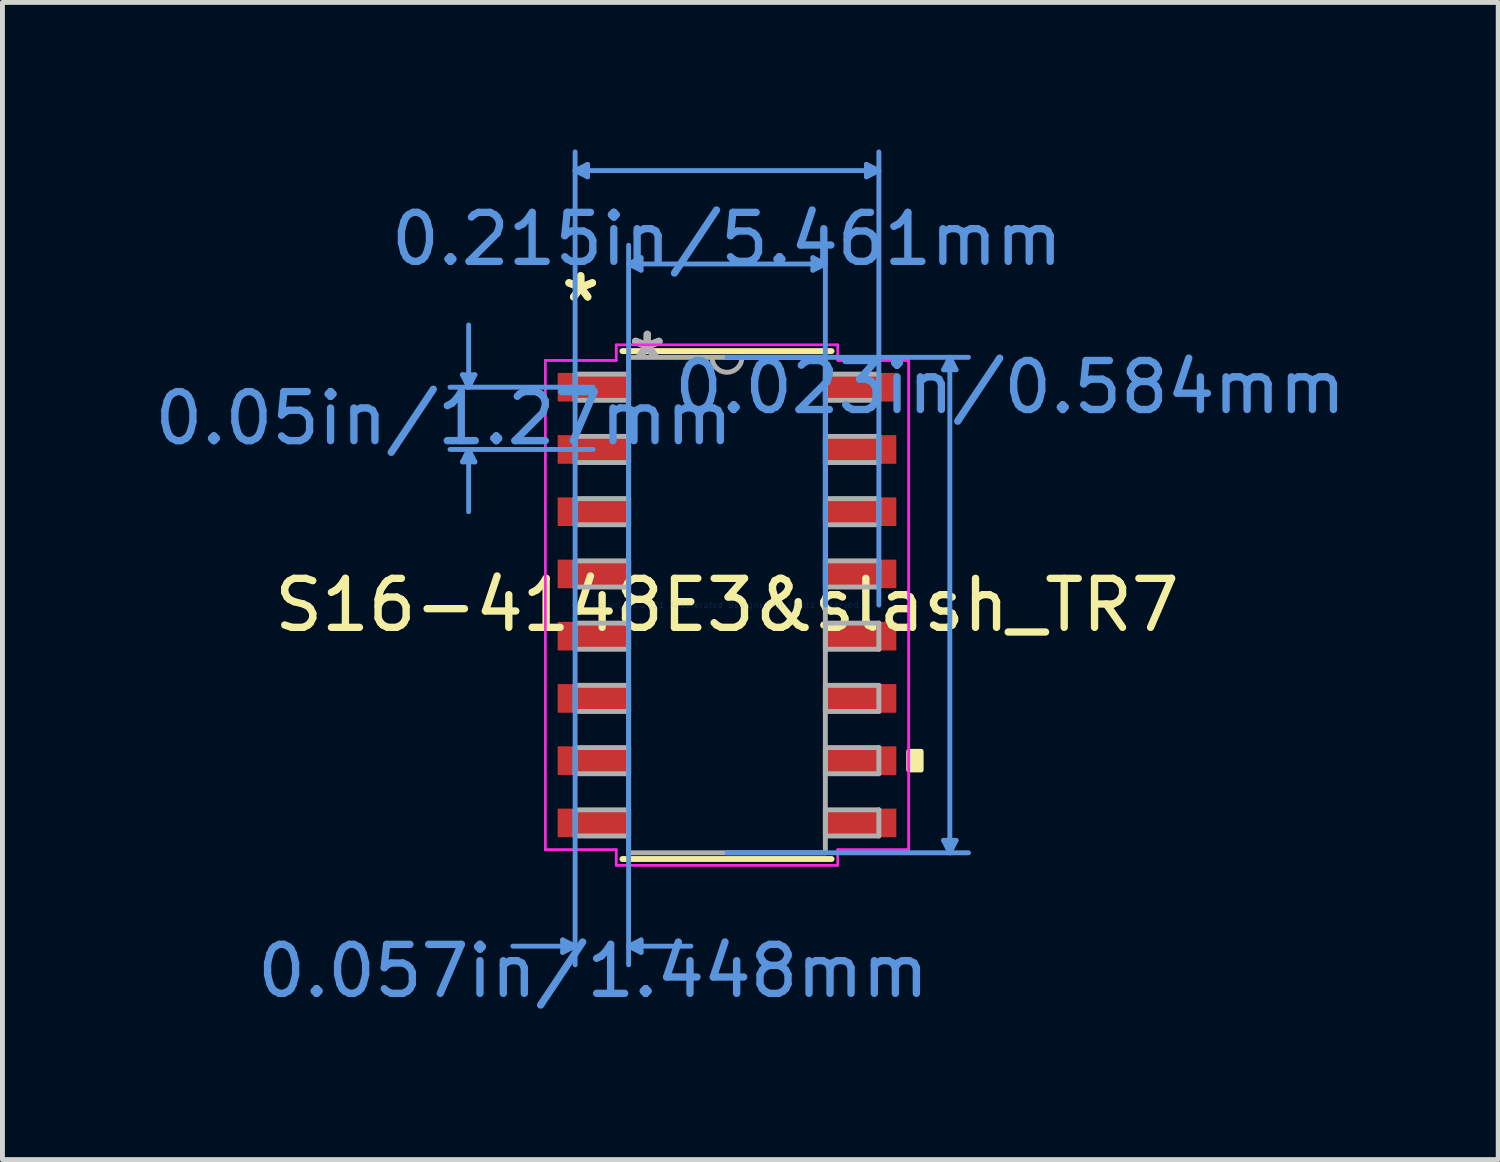
<source format=kicad_pcb>
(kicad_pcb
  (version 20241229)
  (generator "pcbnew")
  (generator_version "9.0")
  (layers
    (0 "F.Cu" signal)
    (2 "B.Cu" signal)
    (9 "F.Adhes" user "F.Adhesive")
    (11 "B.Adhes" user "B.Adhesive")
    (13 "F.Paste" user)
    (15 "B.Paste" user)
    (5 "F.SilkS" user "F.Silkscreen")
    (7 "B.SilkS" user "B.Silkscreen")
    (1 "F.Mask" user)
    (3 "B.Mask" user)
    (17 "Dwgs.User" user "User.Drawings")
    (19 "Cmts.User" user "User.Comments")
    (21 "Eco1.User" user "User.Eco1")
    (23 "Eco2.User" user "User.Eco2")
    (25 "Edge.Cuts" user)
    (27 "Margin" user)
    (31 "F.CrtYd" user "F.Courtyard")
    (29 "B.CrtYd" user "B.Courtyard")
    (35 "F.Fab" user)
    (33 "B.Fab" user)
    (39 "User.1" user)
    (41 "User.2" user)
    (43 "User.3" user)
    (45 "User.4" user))
  (footprint "S16-4148E3&slash_TR7"
    (layer "F.Cu")
    (at 11.784 9.296)
    (property "Reference" "S16-4148E3&slash_TR7" (at 0 0 0) (layer "F.SilkS") (effects (font (size 1 1) (thickness 0.15))))
    (attr through_hole)
    (fp_line (start -2.134 5.182) (end 2.134 5.182) (stroke (width 0.12) (type solid)) (layer "F.SilkS"))
    (fp_line (start 2.134 -5.182) (end -2.134 -5.182) (stroke (width 0.12) (type solid)) (layer "F.SilkS"))
    (fp_poly (pts (xy 3.962 2.985) (xy 3.962 3.365) (xy 3.708 3.365) (xy 3.708 2.985)) (stroke (width 0.1) (type solid)) (fill yes) (layer "F.SilkS"))
    (fp_line (start -5.397 -4.699) (end -5.144 -4.699) (stroke (width 0.1) (type solid)) (layer "Cmts.User"))
    (fp_line (start -5.397 -2.921) (end -5.144 -2.921) (stroke (width 0.1) (type solid)) (layer "Cmts.User"))
    (fp_line (start -5.271 -4.445) (end -5.397 -4.699) (stroke (width 0.1) (type solid)) (layer "Cmts.User"))
    (fp_line (start -5.271 -4.445) (end -5.271 -5.715) (stroke (width 0.1) (type solid)) (layer "Cmts.User"))
    (fp_line (start -5.271 -4.445) (end -5.144 -4.699) (stroke (width 0.1) (type solid)) (layer "Cmts.User"))
    (fp_line (start -5.271 -3.175) (end -5.397 -2.921) (stroke (width 0.1) (type solid)) (layer "Cmts.User"))
    (fp_line (start -5.271 -3.175) (end -5.271 -1.905) (stroke (width 0.1) (type solid)) (layer "Cmts.User"))
    (fp_line (start -5.271 -3.175) (end -5.144 -2.921) (stroke (width 0.1) (type solid)) (layer "Cmts.User"))
    (fp_line (start -3.353 6.833) (end -3.353 7.087) (stroke (width 0.1) (type solid)) (layer "Cmts.User"))
    (fp_line (start -3.099 -8.865) (end -2.845 -8.992) (stroke (width 0.1) (type solid)) (layer "Cmts.User"))
    (fp_line (start -3.099 -8.865) (end -2.845 -8.738) (stroke (width 0.1) (type solid)) (layer "Cmts.User"))
    (fp_line (start -3.099 -8.865) (end 3.099 -8.865) (stroke (width 0.1) (type solid)) (layer "Cmts.User"))
    (fp_line (start -3.099 0) (end -3.099 -9.246) (stroke (width 0.1) (type solid)) (layer "Cmts.User"))
    (fp_line (start -3.099 0) (end -3.099 7.341) (stroke (width 0.1) (type solid)) (layer "Cmts.User"))
    (fp_line (start -3.099 6.96) (end -4.369 6.96) (stroke (width 0.1) (type solid)) (layer "Cmts.User"))
    (fp_line (start -3.099 6.96) (end -3.353 6.833) (stroke (width 0.1) (type solid)) (layer "Cmts.User"))
    (fp_line (start -3.099 6.96) (end -3.353 7.087) (stroke (width 0.1) (type solid)) (layer "Cmts.User"))
    (fp_line (start -2.845 -8.992) (end -2.845 -8.738) (stroke (width 0.1) (type solid)) (layer "Cmts.User"))
    (fp_line (start -2.731 -4.445) (end -5.652 -4.445) (stroke (width 0.1) (type solid)) (layer "Cmts.User"))
    (fp_line (start -2.731 -3.175) (end -5.652 -3.175) (stroke (width 0.1) (type solid)) (layer "Cmts.User"))
    (fp_line (start -2.007 -6.96) (end -1.753 -7.087) (stroke (width 0.1) (type solid)) (layer "Cmts.User"))
    (fp_line (start -2.007 -6.96) (end -1.753 -6.833) (stroke (width 0.1) (type solid)) (layer "Cmts.User"))
    (fp_line (start -2.007 -6.96) (end 2.007 -6.96) (stroke (width 0.1) (type solid)) (layer "Cmts.User"))
    (fp_line (start -2.007 0) (end -2.007 -7.341) (stroke (width 0.1) (type solid)) (layer "Cmts.User"))
    (fp_line (start -2.007 0) (end -2.007 7.341) (stroke (width 0.1) (type solid)) (layer "Cmts.User"))
    (fp_line (start -2.007 6.96) (end -1.753 6.833) (stroke (width 0.1) (type solid)) (layer "Cmts.User"))
    (fp_line (start -2.007 6.96) (end -1.753 7.087) (stroke (width 0.1) (type solid)) (layer "Cmts.User"))
    (fp_line (start -2.007 6.96) (end -0.737 6.96) (stroke (width 0.1) (type solid)) (layer "Cmts.User"))
    (fp_line (start -1.753 -7.087) (end -1.753 -6.833) (stroke (width 0.1) (type solid)) (layer "Cmts.User"))
    (fp_line (start -1.753 6.833) (end -1.753 7.087) (stroke (width 0.1) (type solid)) (layer "Cmts.User"))
    (fp_line (start 0 -5.055) (end 4.928 -5.055) (stroke (width 0.1) (type solid)) (layer "Cmts.User"))
    (fp_line (start 0 5.055) (end 4.928 5.055) (stroke (width 0.1) (type solid)) (layer "Cmts.User"))
    (fp_line (start 1.753 -7.087) (end 1.753 -6.833) (stroke (width 0.1) (type solid)) (layer "Cmts.User"))
    (fp_line (start 2.007 -6.96) (end 1.753 -7.087) (stroke (width 0.1) (type solid)) (layer "Cmts.User"))
    (fp_line (start 2.007 -6.96) (end 1.753 -6.833) (stroke (width 0.1) (type solid)) (layer "Cmts.User"))
    (fp_line (start 2.007 0) (end 2.007 -7.341) (stroke (width 0.1) (type solid)) (layer "Cmts.User"))
    (fp_line (start 2.845 -8.992) (end 2.845 -8.738) (stroke (width 0.1) (type solid)) (layer "Cmts.User"))
    (fp_line (start 3.099 -8.865) (end 2.845 -8.992) (stroke (width 0.1) (type solid)) (layer "Cmts.User"))
    (fp_line (start 3.099 -8.865) (end 2.845 -8.738) (stroke (width 0.1) (type solid)) (layer "Cmts.User"))
    (fp_line (start 3.099 0) (end 3.099 -9.246) (stroke (width 0.1) (type solid)) (layer "Cmts.User"))
    (fp_line (start 4.42 -4.801) (end 4.674 -4.801) (stroke (width 0.1) (type solid)) (layer "Cmts.User"))
    (fp_line (start 4.42 4.801) (end 4.674 4.801) (stroke (width 0.1) (type solid)) (layer "Cmts.User"))
    (fp_line (start 4.547 -5.055) (end 4.42 -4.801) (stroke (width 0.1) (type solid)) (layer "Cmts.User"))
    (fp_line (start 4.547 -5.055) (end 4.547 5.055) (stroke (width 0.1) (type solid)) (layer "Cmts.User"))
    (fp_line (start 4.547 -5.055) (end 4.674 -4.801) (stroke (width 0.1) (type solid)) (layer "Cmts.User"))
    (fp_line (start 4.547 5.055) (end 4.42 4.801) (stroke (width 0.1) (type solid)) (layer "Cmts.User"))
    (fp_line (start 4.547 5.055) (end 4.674 4.801) (stroke (width 0.1) (type solid)) (layer "Cmts.User"))
    (fp_line (start -3.708 -4.991) (end -2.261 -4.991) (stroke (width 0.05) (type solid)) (layer "F.CrtYd"))
    (fp_line (start -3.708 -4.991) (end -2.261 -4.991) (stroke (width 0.05) (type solid)) (layer "F.CrtYd"))
    (fp_line (start -3.708 4.991) (end -3.708 -4.991) (stroke (width 0.05) (type solid)) (layer "F.CrtYd"))
    (fp_line (start -3.708 4.991) (end -3.708 -4.991) (stroke (width 0.05) (type solid)) (layer "F.CrtYd"))
    (fp_line (start -3.708 4.991) (end -2.261 4.991) (stroke (width 0.05) (type solid)) (layer "F.CrtYd"))
    (fp_line (start -2.261 -5.309) (end 2.261 -5.309) (stroke (width 0.05) (type solid)) (layer "F.CrtYd"))
    (fp_line (start -2.261 -5.309) (end 2.261 -5.309) (stroke (width 0.05) (type solid)) (layer "F.CrtYd"))
    (fp_line (start -2.261 -4.991) (end -2.261 -5.309) (stroke (width 0.05) (type solid)) (layer "F.CrtYd"))
    (fp_line (start -2.261 -4.991) (end -2.261 -5.309) (stroke (width 0.05) (type solid)) (layer "F.CrtYd"))
    (fp_line (start -2.261 4.991) (end -3.708 4.991) (stroke (width 0.05) (type solid)) (layer "F.CrtYd"))
    (fp_line (start -2.261 5.309) (end -2.261 4.991) (stroke (width 0.05) (type solid)) (layer "F.CrtYd"))
    (fp_line (start -2.261 5.309) (end -2.261 4.991) (stroke (width 0.05) (type solid)) (layer "F.CrtYd"))
    (fp_line (start 2.261 -5.309) (end 2.261 -4.991) (stroke (width 0.05) (type solid)) (layer "F.CrtYd"))
    (fp_line (start 2.261 -5.309) (end 2.261 -4.991) (stroke (width 0.05) (type solid)) (layer "F.CrtYd"))
    (fp_line (start 2.261 -4.991) (end 3.708 -4.991) (stroke (width 0.05) (type solid)) (layer "F.CrtYd"))
    (fp_line (start 2.261 4.991) (end 2.261 5.309) (stroke (width 0.05) (type solid)) (layer "F.CrtYd"))
    (fp_line (start 2.261 4.991) (end 2.261 5.309) (stroke (width 0.05) (type solid)) (layer "F.CrtYd"))
    (fp_line (start 2.261 5.309) (end -2.261 5.309) (stroke (width 0.05) (type solid)) (layer "F.CrtYd"))
    (fp_line (start 2.261 5.309) (end -2.261 5.309) (stroke (width 0.05) (type solid)) (layer "F.CrtYd"))
    (fp_line (start 3.708 -4.991) (end 2.261 -4.991) (stroke (width 0.05) (type solid)) (layer "F.CrtYd"))
    (fp_line (start 3.708 -4.991) (end 3.708 4.991) (stroke (width 0.05) (type solid)) (layer "F.CrtYd"))
    (fp_line (start 3.708 -4.991) (end 3.708 4.991) (stroke (width 0.05) (type solid)) (layer "F.CrtYd"))
    (fp_line (start 3.708 4.991) (end 2.261 4.991) (stroke (width 0.05) (type solid)) (layer "F.CrtYd"))
    (fp_line (start 3.708 4.991) (end 2.261 4.991) (stroke (width 0.05) (type solid)) (layer "F.CrtYd"))
    (fp_line (start -3.099 -4.712) (end -3.099 -4.178) (stroke (width 0.1) (type solid)) (layer "F.Fab"))
    (fp_line (start -3.099 -4.178) (end -2.007 -4.178) (stroke (width 0.1) (type solid)) (layer "F.Fab"))
    (fp_line (start -3.099 -3.442) (end -3.099 -2.908) (stroke (width 0.1) (type solid)) (layer "F.Fab"))
    (fp_line (start -3.099 -2.908) (end -2.007 -2.908) (stroke (width 0.1) (type solid)) (layer "F.Fab"))
    (fp_line (start -3.099 -2.172) (end -3.099 -1.638) (stroke (width 0.1) (type solid)) (layer "F.Fab"))
    (fp_line (start -3.099 -1.638) (end -2.007 -1.638) (stroke (width 0.1) (type solid)) (layer "F.Fab"))
    (fp_line (start -3.099 -0.902) (end -3.099 -0.368) (stroke (width 0.1) (type solid)) (layer "F.Fab"))
    (fp_line (start -3.099 -0.368) (end -2.007 -0.368) (stroke (width 0.1) (type solid)) (layer "F.Fab"))
    (fp_line (start -3.099 0.368) (end -3.099 0.902) (stroke (width 0.1) (type solid)) (layer "F.Fab"))
    (fp_line (start -3.099 0.902) (end -2.007 0.902) (stroke (width 0.1) (type solid)) (layer "F.Fab"))
    (fp_line (start -3.099 1.638) (end -3.099 2.172) (stroke (width 0.1) (type solid)) (layer "F.Fab"))
    (fp_line (start -3.099 2.172) (end -2.007 2.172) (stroke (width 0.1) (type solid)) (layer "F.Fab"))
    (fp_line (start -3.099 2.908) (end -3.099 3.442) (stroke (width 0.1) (type solid)) (layer "F.Fab"))
    (fp_line (start -3.099 3.442) (end -2.007 3.442) (stroke (width 0.1) (type solid)) (layer "F.Fab"))
    (fp_line (start -3.099 4.178) (end -3.099 4.712) (stroke (width 0.1) (type solid)) (layer "F.Fab"))
    (fp_line (start -3.099 4.712) (end -2.007 4.712) (stroke (width 0.1) (type solid)) (layer "F.Fab"))
    (fp_line (start -2.007 -5.055) (end -2.007 5.055) (stroke (width 0.1) (type solid)) (layer "F.Fab"))
    (fp_line (start -2.007 -4.712) (end -3.099 -4.712) (stroke (width 0.1) (type solid)) (layer "F.Fab"))
    (fp_line (start -2.007 -4.178) (end -2.007 -4.712) (stroke (width 0.1) (type solid)) (layer "F.Fab"))
    (fp_line (start -2.007 -3.442) (end -3.099 -3.442) (stroke (width 0.1) (type solid)) (layer "F.Fab"))
    (fp_line (start -2.007 -2.908) (end -2.007 -3.442) (stroke (width 0.1) (type solid)) (layer "F.Fab"))
    (fp_line (start -2.007 -2.172) (end -3.099 -2.172) (stroke (width 0.1) (type solid)) (layer "F.Fab"))
    (fp_line (start -2.007 -1.638) (end -2.007 -2.172) (stroke (width 0.1) (type solid)) (layer "F.Fab"))
    (fp_line (start -2.007 -0.902) (end -3.099 -0.902) (stroke (width 0.1) (type solid)) (layer "F.Fab"))
    (fp_line (start -2.007 -0.368) (end -2.007 -0.902) (stroke (width 0.1) (type solid)) (layer "F.Fab"))
    (fp_line (start -2.007 0.368) (end -3.099 0.368) (stroke (width 0.1) (type solid)) (layer "F.Fab"))
    (fp_line (start -2.007 0.902) (end -2.007 0.368) (stroke (width 0.1) (type solid)) (layer "F.Fab"))
    (fp_line (start -2.007 1.638) (end -3.099 1.638) (stroke (width 0.1) (type solid)) (layer "F.Fab"))
    (fp_line (start -2.007 2.172) (end -2.007 1.638) (stroke (width 0.1) (type solid)) (layer "F.Fab"))
    (fp_line (start -2.007 2.908) (end -3.099 2.908) (stroke (width 0.1) (type solid)) (layer "F.Fab"))
    (fp_line (start -2.007 3.442) (end -2.007 2.908) (stroke (width 0.1) (type solid)) (layer "F.Fab"))
    (fp_line (start -2.007 4.178) (end -3.099 4.178) (stroke (width 0.1) (type solid)) (layer "F.Fab"))
    (fp_line (start -2.007 4.712) (end -2.007 4.178) (stroke (width 0.1) (type solid)) (layer "F.Fab"))
    (fp_line (start -2.007 5.055) (end 2.007 5.055) (stroke (width 0.1) (type solid)) (layer "F.Fab"))
    (fp_line (start 2.007 -5.055) (end -2.007 -5.055) (stroke (width 0.1) (type solid)) (layer "F.Fab"))
    (fp_line (start 2.007 -4.712) (end 2.007 -4.178) (stroke (width 0.1) (type solid)) (layer "F.Fab"))
    (fp_line (start 2.007 -4.178) (end 3.099 -4.178) (stroke (width 0.1) (type solid)) (layer "F.Fab"))
    (fp_line (start 2.007 -3.442) (end 2.007 -2.908) (stroke (width 0.1) (type solid)) (layer "F.Fab"))
    (fp_line (start 2.007 -2.908) (end 3.099 -2.908) (stroke (width 0.1) (type solid)) (layer "F.Fab"))
    (fp_line (start 2.007 -2.172) (end 2.007 -1.638) (stroke (width 0.1) (type solid)) (layer "F.Fab"))
    (fp_line (start 2.007 -1.638) (end 3.099 -1.638) (stroke (width 0.1) (type solid)) (layer "F.Fab"))
    (fp_line (start 2.007 -0.902) (end 2.007 -0.368) (stroke (width 0.1) (type solid)) (layer "F.Fab"))
    (fp_line (start 2.007 -0.368) (end 3.099 -0.368) (stroke (width 0.1) (type solid)) (layer "F.Fab"))
    (fp_line (start 2.007 0.368) (end 2.007 0.902) (stroke (width 0.1) (type solid)) (layer "F.Fab"))
    (fp_line (start 2.007 0.902) (end 3.099 0.902) (stroke (width 0.1) (type solid)) (layer "F.Fab"))
    (fp_line (start 2.007 1.638) (end 2.007 2.172) (stroke (width 0.1) (type solid)) (layer "F.Fab"))
    (fp_line (start 2.007 2.172) (end 3.099 2.172) (stroke (width 0.1) (type solid)) (layer "F.Fab"))
    (fp_line (start 2.007 2.908) (end 2.007 3.442) (stroke (width 0.1) (type solid)) (layer "F.Fab"))
    (fp_line (start 2.007 3.442) (end 3.099 3.442) (stroke (width 0.1) (type solid)) (layer "F.Fab"))
    (fp_line (start 2.007 4.178) (end 2.007 4.712) (stroke (width 0.1) (type solid)) (layer "F.Fab"))
    (fp_line (start 2.007 4.712) (end 3.099 4.712) (stroke (width 0.1) (type solid)) (layer "F.Fab"))
    (fp_line (start 2.007 5.055) (end 2.007 -5.055) (stroke (width 0.1) (type solid)) (layer "F.Fab"))
    (fp_line (start 3.099 -4.712) (end 2.007 -4.712) (stroke (width 0.1) (type solid)) (layer "F.Fab"))
    (fp_line (start 3.099 -4.178) (end 3.099 -4.712) (stroke (width 0.1) (type solid)) (layer "F.Fab"))
    (fp_line (start 3.099 -3.442) (end 2.007 -3.442) (stroke (width 0.1) (type solid)) (layer "F.Fab"))
    (fp_line (start 3.099 -2.908) (end 3.099 -3.442) (stroke (width 0.1) (type solid)) (layer "F.Fab"))
    (fp_line (start 3.099 -2.172) (end 2.007 -2.172) (stroke (width 0.1) (type solid)) (layer "F.Fab"))
    (fp_line (start 3.099 -1.638) (end 3.099 -2.172) (stroke (width 0.1) (type solid)) (layer "F.Fab"))
    (fp_line (start 3.099 -0.902) (end 2.007 -0.902) (stroke (width 0.1) (type solid)) (layer "F.Fab"))
    (fp_line (start 3.099 -0.368) (end 3.099 -0.902) (stroke (width 0.1) (type solid)) (layer "F.Fab"))
    (fp_line (start 3.099 0.368) (end 2.007 0.368) (stroke (width 0.1) (type solid)) (layer "F.Fab"))
    (fp_line (start 3.099 0.902) (end 3.099 0.368) (stroke (width 0.1) (type solid)) (layer "F.Fab"))
    (fp_line (start 3.099 1.638) (end 2.007 1.638) (stroke (width 0.1) (type solid)) (layer "F.Fab"))
    (fp_line (start 3.099 2.172) (end 3.099 1.638) (stroke (width 0.1) (type solid)) (layer "F.Fab"))
    (fp_line (start 3.099 2.908) (end 2.007 2.908) (stroke (width 0.1) (type solid)) (layer "F.Fab"))
    (fp_line (start 3.099 3.442) (end 3.099 2.908) (stroke (width 0.1) (type solid)) (layer "F.Fab"))
    (fp_line (start 3.099 4.178) (end 2.007 4.178) (stroke (width 0.1) (type solid)) (layer "F.Fab"))
    (fp_line (start 3.099 4.712) (end 3.099 4.178) (stroke (width 0.1) (type solid)) (layer "F.Fab"))
    (fp_arc (start 0.3048 -5.0546) (mid 0 -4.7498) (end -0.3048 -5.0546) (stroke (width 0.1) (type solid)) (layer "F.Fab"))
    (fp_text user "*" (at -2.985 -6.172 0) (layer "F.SilkS") (effects (font (size 1 1) (thickness 0.15))))
    (fp_text user "*" (at -2.985 -6.172 0) (layer "F.SilkS") (effects (font (size 1 1) (thickness 0.15))))
    (fp_text user "0.023in/0.584mm" (at 5.779 -4.445 0) (layer "Cmts.User") (effects (font (size 1 1) (thickness 0.15))))
    (fp_text user "Copyright 2021 Accelerated Designs. All rights reserved." (at 0 0 0) (layer "Cmts.User") (effects (font (size 0.127 0.127) (thickness 0.002))))
    (fp_text user "0.05in/1.27mm" (at -5.779 -3.81 0) (layer "Cmts.User") (effects (font (size 1 1) (thickness 0.15))))
    (fp_text user "0.215in/5.461mm" (at 0 -7.468 0) (layer "Cmts.User") (effects (font (size 1 1) (thickness 0.15))))
    (fp_text user "0.057in/1.448mm" (at -2.731 7.468 0) (layer "Cmts.User") (effects (font (size 1 1) (thickness 0.15))))
    (fp_text user "*" (at -1.626 -4.978 0) (layer "F.Fab") (effects (font (size 1 1) (thickness 0.15))))
    (fp_text user "*" (at -1.626 -4.978 0) (layer "F.Fab") (effects (font (size 1 1) (thickness 0.15))))
    (pad "1" smd rect (at -2.731 -4.445) (size 1.448 0.584) (layers "F.Cu" "F.Mask" "F.Paste"))
    (pad "2" smd rect (at -2.731 -3.175) (size 1.448 0.584) (layers "F.Cu" "F.Mask" "F.Paste"))
    (pad "3" smd rect (at -2.731 -1.905) (size 1.448 0.584) (layers "F.Cu" "F.Mask" "F.Paste"))
    (pad "4" smd rect (at -2.731 -0.635) (size 1.448 0.584) (layers "F.Cu" "F.Mask" "F.Paste"))
    (pad "5" smd rect (at -2.731 0.635) (size 1.448 0.584) (layers "F.Cu" "F.Mask" "F.Paste"))
    (pad "6" smd rect (at -2.731 1.905) (size 1.448 0.584) (layers "F.Cu" "F.Mask" "F.Paste"))
    (pad "7" smd rect (at -2.731 3.175) (size 1.448 0.584) (layers "F.Cu" "F.Mask" "F.Paste"))
    (pad "8" smd rect (at -2.731 4.445) (size 1.448 0.584) (layers "F.Cu" "F.Mask" "F.Paste"))
    (pad "9" smd rect (at 2.731 4.445) (size 1.448 0.584) (layers "F.Cu" "F.Mask" "F.Paste"))
    (pad "10" smd rect (at 2.731 3.175) (size 1.448 0.584) (layers "F.Cu" "F.Mask" "F.Paste"))
    (pad "11" smd rect (at 2.731 1.905) (size 1.448 0.584) (layers "F.Cu" "F.Mask" "F.Paste"))
    (pad "12" smd rect (at 2.731 0.635) (size 1.448 0.584) (layers "F.Cu" "F.Mask" "F.Paste"))
    (pad "13" smd rect (at 2.731 -0.635) (size 1.448 0.584) (layers "F.Cu" "F.Mask" "F.Paste"))
    (pad "14" smd rect (at 2.731 -1.905) (size 1.448 0.584) (layers "F.Cu" "F.Mask" "F.Paste"))
    (pad "15" smd rect (at 2.731 -3.175) (size 1.448 0.584) (layers "F.Cu" "F.Mask" "F.Paste"))
    (pad "16" smd rect (at 2.731 -4.445) (size 1.448 0.584) (layers "F.Cu" "F.Mask" "F.Paste")))
  (gr_rect
    (start -3 -3)
    (end 27.521 20.611)
    (stroke (width 0.1) (type default))
    (fill no)
    (layer "Edge.Cuts")))
</source>
